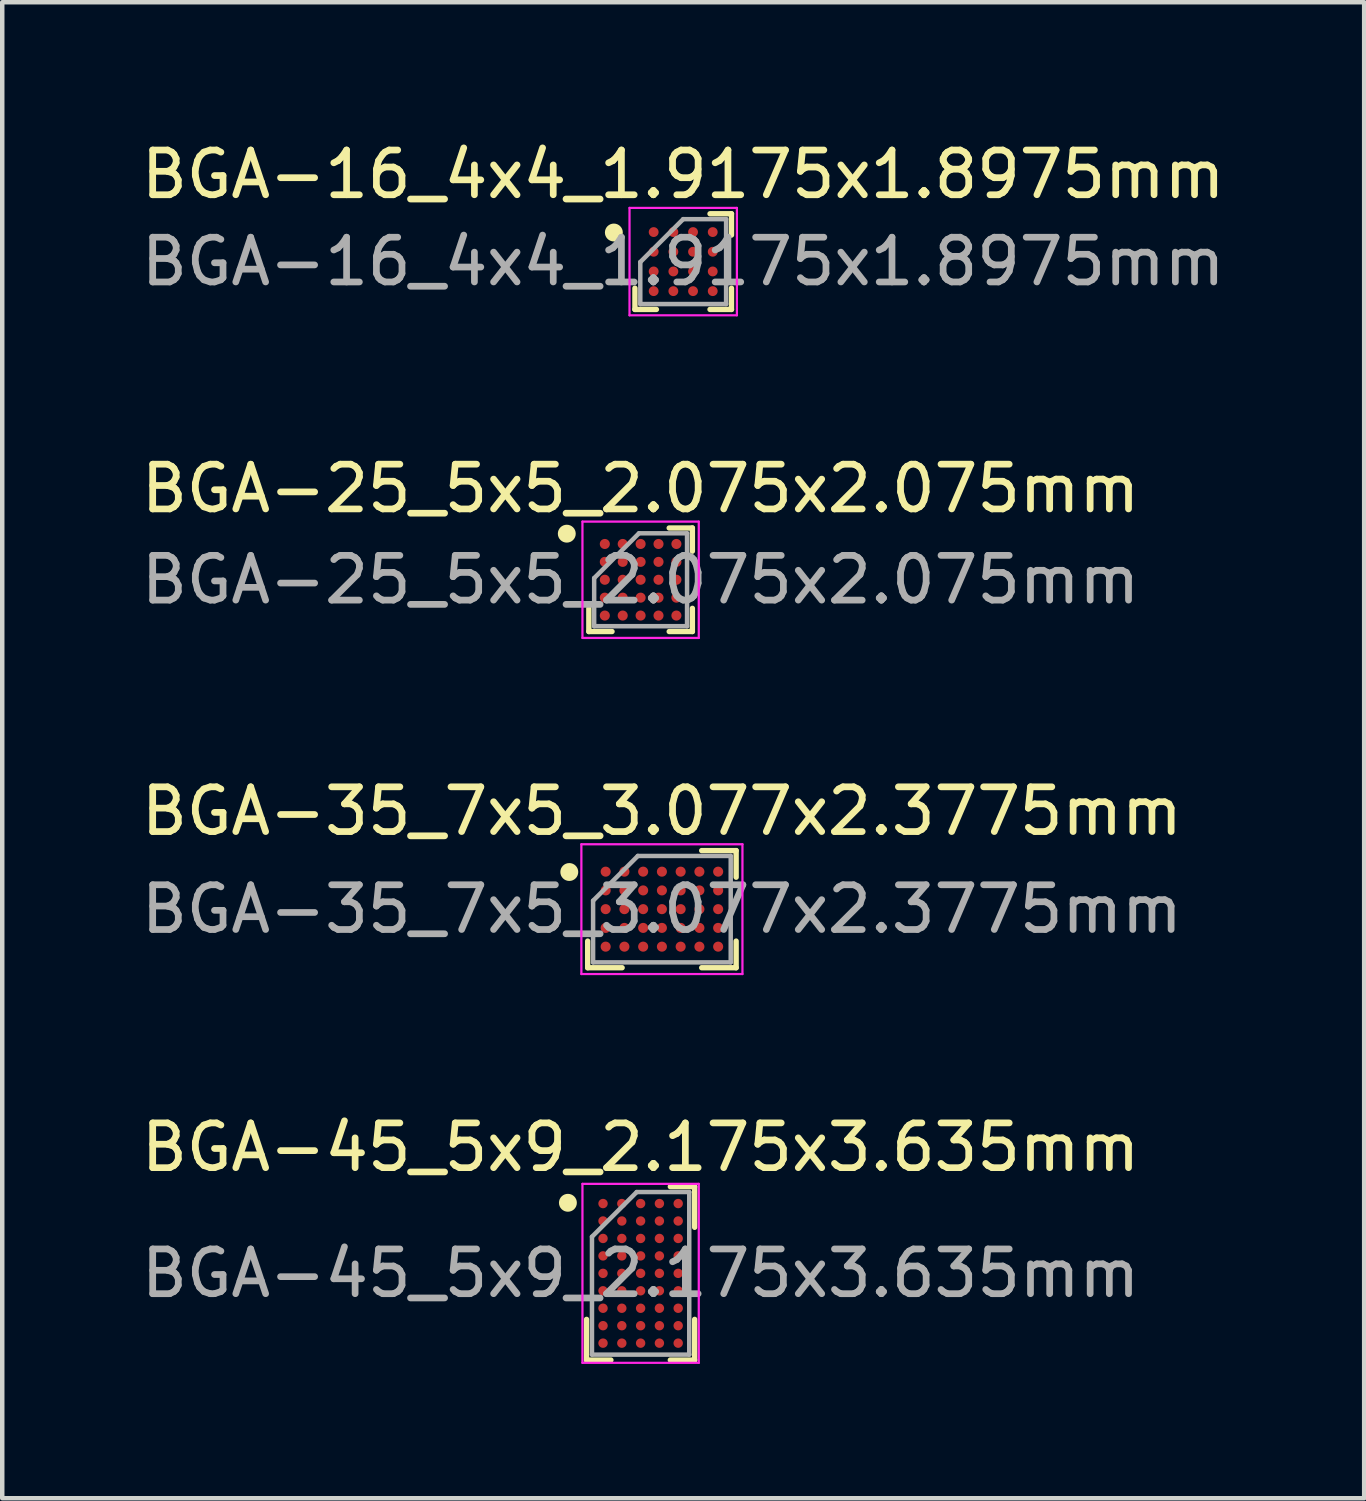
<source format=kicad_pcb>
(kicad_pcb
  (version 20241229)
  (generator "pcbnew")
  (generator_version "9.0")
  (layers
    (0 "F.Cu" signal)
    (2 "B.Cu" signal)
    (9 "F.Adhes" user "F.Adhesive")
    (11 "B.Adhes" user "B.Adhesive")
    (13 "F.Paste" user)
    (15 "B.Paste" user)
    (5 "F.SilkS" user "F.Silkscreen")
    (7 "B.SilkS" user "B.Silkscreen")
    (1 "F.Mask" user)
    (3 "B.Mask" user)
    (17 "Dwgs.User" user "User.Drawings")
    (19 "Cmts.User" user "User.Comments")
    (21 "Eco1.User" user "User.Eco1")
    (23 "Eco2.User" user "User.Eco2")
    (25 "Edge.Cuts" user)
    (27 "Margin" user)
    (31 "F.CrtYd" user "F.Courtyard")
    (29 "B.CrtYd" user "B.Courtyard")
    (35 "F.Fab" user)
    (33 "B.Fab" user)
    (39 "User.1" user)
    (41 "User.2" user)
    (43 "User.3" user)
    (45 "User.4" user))
  (footprint "BGA-25_5x5_2.075x2.075mm"
    (layer "F.Cu")
    (at 11.268 9.908)
    (property "Reference" "BGA-25_5x5_2.075x2.075mm" (at 0 -2.038 0) (layer "F.SilkS") (effects (font (size 1 1) (thickness 0.15))))
    (attr smd)
    (fp_line (start -1.157 1.157) (end -1.157 0.639) (stroke (width 0.12) (type default)) (layer "F.SilkS"))
    (fp_line (start -0.639 1.157) (end -1.157 1.157) (stroke (width 0.12) (type default)) (layer "F.SilkS"))
    (fp_line (start 0.639 -1.157) (end 1.157 -1.157) (stroke (width 0.12) (type default)) (layer "F.SilkS"))
    (fp_line (start 0.639 1.157) (end 1.157 1.157) (stroke (width 0.12) (type default)) (layer "F.SilkS"))
    (fp_line (start 1.157 -1.157) (end 1.157 -0.639) (stroke (width 0.12) (type default)) (layer "F.SilkS"))
    (fp_line (start 1.157 1.157) (end 1.157 0.639) (stroke (width 0.12) (type default)) (layer "F.SilkS"))
    (fp_circle (center -1.65 -1.03) (end -1.65 -0.93) (stroke (width 0.2) (type default)) (fill no) (layer "F.SilkS"))
    (fp_line (start -1.3 -1.3) (end 1.3 -1.3) (stroke (width 0.05) (type default)) (layer "F.CrtYd"))
    (fp_line (start -1.3 1.3) (end -1.3 -1.3) (stroke (width 0.05) (type default)) (layer "F.CrtYd"))
    (fp_line (start 1.3 -1.3) (end 1.3 1.3) (stroke (width 0.05) (type default)) (layer "F.CrtYd"))
    (fp_line (start 1.3 1.3) (end -1.3 1.3) (stroke (width 0.05) (type default)) (layer "F.CrtYd"))
    (fp_line (start -1.038 -0.037) (end -1.038 1.038) (stroke (width 0.1) (type default)) (layer "F.Fab"))
    (fp_line (start -1.038 1.038) (end 1.038 1.038) (stroke (width 0.1) (type default)) (layer "F.Fab"))
    (fp_line (start -0.037 -1.038) (end -1.038 -0.037) (stroke (width 0.1) (type default)) (layer "F.Fab"))
    (fp_line (start 1.038 -1.038) (end -0.037 -1.038) (stroke (width 0.1) (type default)) (layer "F.Fab"))
    (fp_line (start 1.038 1.038) (end 1.038 -1.038) (stroke (width 0.1) (type default)) (layer "F.Fab"))
    (fp_text user "${REFERENCE}" (at 0 0 0) (layer "F.Fab") (effects (font (size 1 1) (thickness 0.15))))
    (pad "A1" smd circle (at -0.8 -0.8) (size 0.225 0.225) (layers "F.Cu" "F.Mask" "F.Paste"))
    (pad "A2" smd circle (at -0.4 -0.8) (size 0.225 0.225) (layers "F.Cu" "F.Mask" "F.Paste"))
    (pad "A3" smd circle (at 0 -0.8) (size 0.225 0.225) (layers "F.Cu" "F.Mask" "F.Paste"))
    (pad "A4" smd circle (at 0.4 -0.8) (size 0.225 0.225) (layers "F.Cu" "F.Mask" "F.Paste"))
    (pad "A5" smd circle (at 0.8 -0.8) (size 0.225 0.225) (layers "F.Cu" "F.Mask" "F.Paste"))
    (pad "B1" smd circle (at -0.8 -0.4) (size 0.225 0.225) (layers "F.Cu" "F.Mask" "F.Paste"))
    (pad "B2" smd circle (at -0.4 -0.4) (size 0.225 0.225) (layers "F.Cu" "F.Mask" "F.Paste"))
    (pad "B3" smd circle (at 0 -0.4) (size 0.225 0.225) (layers "F.Cu" "F.Mask" "F.Paste"))
    (pad "B4" smd circle (at 0.4 -0.4) (size 0.225 0.225) (layers "F.Cu" "F.Mask" "F.Paste"))
    (pad "B5" smd circle (at 0.8 -0.4) (size 0.225 0.225) (layers "F.Cu" "F.Mask" "F.Paste"))
    (pad "C1" smd circle (at -0.8 0) (size 0.225 0.225) (layers "F.Cu" "F.Mask" "F.Paste"))
    (pad "C2" smd circle (at -0.4 0) (size 0.225 0.225) (layers "F.Cu" "F.Mask" "F.Paste"))
    (pad "C3" smd circle (at 0 0) (size 0.225 0.225) (layers "F.Cu" "F.Mask" "F.Paste"))
    (pad "C4" smd circle (at 0.4 0) (size 0.225 0.225) (layers "F.Cu" "F.Mask" "F.Paste"))
    (pad "C5" smd circle (at 0.8 0) (size 0.225 0.225) (layers "F.Cu" "F.Mask" "F.Paste"))
    (pad "D1" smd circle (at -0.8 0.4) (size 0.225 0.225) (layers "F.Cu" "F.Mask" "F.Paste"))
    (pad "D2" smd circle (at -0.4 0.4) (size 0.225 0.225) (layers "F.Cu" "F.Mask" "F.Paste"))
    (pad "D3" smd circle (at 0 0.4) (size 0.225 0.225) (layers "F.Cu" "F.Mask" "F.Paste"))
    (pad "D4" smd circle (at 0.4 0.4) (size 0.225 0.225) (layers "F.Cu" "F.Mask" "F.Paste"))
    (pad "D5" smd circle (at 0.8 0.4) (size 0.225 0.225) (layers "F.Cu" "F.Mask" "F.Paste"))
    (pad "E1" smd circle (at -0.8 0.8) (size 0.225 0.225) (layers "F.Cu" "F.Mask" "F.Paste"))
    (pad "E2" smd circle (at -0.4 0.8) (size 0.225 0.225) (layers "F.Cu" "F.Mask" "F.Paste"))
    (pad "E3" smd circle (at 0 0.8) (size 0.225 0.225) (layers "F.Cu" "F.Mask" "F.Paste"))
    (pad "E4" smd circle (at 0.4 0.8) (size 0.225 0.225) (layers "F.Cu" "F.Mask" "F.Paste"))
    (pad "E5" smd circle (at 0.8 0.8) (size 0.225 0.225) (layers "F.Cu" "F.Mask" "F.Paste")))
  (footprint "BGA-35_7x5_3.077x2.3775mm"
    (layer "F.Cu")
    (at 11.744 17.27)
    (property "Reference" "BGA-35_7x5_3.077x2.3775mm" (at 0 -2.189 0) (layer "F.SilkS") (effects (font (size 1 1) (thickness 0.15))))
    (attr smd)
    (fp_line (start -1.659 1.309) (end -1.659 0.714) (stroke (width 0.12) (type default)) (layer "F.SilkS"))
    (fp_line (start -0.889 1.309) (end -1.659 1.309) (stroke (width 0.12) (type default)) (layer "F.SilkS"))
    (fp_line (start 0.889 -1.309) (end 1.659 -1.309) (stroke (width 0.12) (type default)) (layer "F.SilkS"))
    (fp_line (start 0.889 1.309) (end 1.659 1.309) (stroke (width 0.12) (type default)) (layer "F.SilkS"))
    (fp_line (start 1.659 -1.309) (end 1.659 -0.714) (stroke (width 0.12) (type default)) (layer "F.SilkS"))
    (fp_line (start 1.659 1.309) (end 1.659 0.714) (stroke (width 0.12) (type default)) (layer "F.SilkS"))
    (fp_circle (center -2.07 -0.83) (end -2.07 -0.73) (stroke (width 0.2) (type default)) (fill no) (layer "F.SilkS"))
    (fp_line (start -1.8 -1.45) (end 1.8 -1.45) (stroke (width 0.05) (type default)) (layer "F.CrtYd"))
    (fp_line (start -1.8 1.45) (end -1.8 -1.45) (stroke (width 0.05) (type default)) (layer "F.CrtYd"))
    (fp_line (start 1.8 -1.45) (end 1.8 1.45) (stroke (width 0.05) (type default)) (layer "F.CrtYd"))
    (fp_line (start 1.8 1.45) (end -1.8 1.45) (stroke (width 0.05) (type default)) (layer "F.CrtYd"))
    (fp_line (start -1.538 -0.189) (end -1.538 1.189) (stroke (width 0.1) (type default)) (layer "F.Fab"))
    (fp_line (start -1.538 1.189) (end 1.538 1.189) (stroke (width 0.1) (type default)) (layer "F.Fab"))
    (fp_line (start -0.538 -1.189) (end -1.538 -0.189) (stroke (width 0.1) (type default)) (layer "F.Fab"))
    (fp_line (start 1.538 -1.189) (end -0.538 -1.189) (stroke (width 0.1) (type default)) (layer "F.Fab"))
    (fp_line (start 1.538 1.189) (end 1.538 -1.189) (stroke (width 0.1) (type default)) (layer "F.Fab"))
    (fp_text user "${REFERENCE}" (at 0 0 0) (layer "F.Fab") (effects (font (size 1 1) (thickness 0.15))))
    (pad "A1" smd circle (at -1.257 -0.838) (size 0.225 0.225) (layers "F.Cu" "F.Mask" "F.Paste"))
    (pad "A2" smd circle (at -0.838 -0.838) (size 0.225 0.225) (layers "F.Cu" "F.Mask" "F.Paste"))
    (pad "A3" smd circle (at -0.419 -0.838) (size 0.225 0.225) (layers "F.Cu" "F.Mask" "F.Paste"))
    (pad "A4" smd circle (at 0 -0.838) (size 0.225 0.225) (layers "F.Cu" "F.Mask" "F.Paste"))
    (pad "A5" smd circle (at 0.419 -0.838) (size 0.225 0.225) (layers "F.Cu" "F.Mask" "F.Paste"))
    (pad "A6" smd circle (at 0.838 -0.838) (size 0.225 0.225) (layers "F.Cu" "F.Mask" "F.Paste"))
    (pad "A7" smd circle (at 1.257 -0.838) (size 0.225 0.225) (layers "F.Cu" "F.Mask" "F.Paste"))
    (pad "B1" smd circle (at -1.257 -0.419) (size 0.225 0.225) (layers "F.Cu" "F.Mask" "F.Paste"))
    (pad "B2" smd circle (at -0.838 -0.419) (size 0.225 0.225) (layers "F.Cu" "F.Mask" "F.Paste"))
    (pad "B3" smd circle (at -0.419 -0.419) (size 0.225 0.225) (layers "F.Cu" "F.Mask" "F.Paste"))
    (pad "B4" smd circle (at 0 -0.419) (size 0.225 0.225) (layers "F.Cu" "F.Mask" "F.Paste"))
    (pad "B5" smd circle (at 0.419 -0.419) (size 0.225 0.225) (layers "F.Cu" "F.Mask" "F.Paste"))
    (pad "B6" smd circle (at 0.838 -0.419) (size 0.225 0.225) (layers "F.Cu" "F.Mask" "F.Paste"))
    (pad "B7" smd circle (at 1.257 -0.419) (size 0.225 0.225) (layers "F.Cu" "F.Mask" "F.Paste"))
    (pad "C1" smd circle (at -1.257 0) (size 0.225 0.225) (layers "F.Cu" "F.Mask" "F.Paste"))
    (pad "C2" smd circle (at -0.838 0) (size 0.225 0.225) (layers "F.Cu" "F.Mask" "F.Paste"))
    (pad "C3" smd circle (at -0.419 0) (size 0.225 0.225) (layers "F.Cu" "F.Mask" "F.Paste"))
    (pad "C4" smd circle (at 0 0) (size 0.225 0.225) (layers "F.Cu" "F.Mask" "F.Paste"))
    (pad "C5" smd circle (at 0.419 0) (size 0.225 0.225) (layers "F.Cu" "F.Mask" "F.Paste"))
    (pad "C6" smd circle (at 0.838 0) (size 0.225 0.225) (layers "F.Cu" "F.Mask" "F.Paste"))
    (pad "C7" smd circle (at 1.257 0) (size 0.225 0.225) (layers "F.Cu" "F.Mask" "F.Paste"))
    (pad "D1" smd circle (at -1.257 0.419) (size 0.225 0.225) (layers "F.Cu" "F.Mask" "F.Paste"))
    (pad "D2" smd circle (at -0.838 0.419) (size 0.225 0.225) (layers "F.Cu" "F.Mask" "F.Paste"))
    (pad "D3" smd circle (at -0.419 0.419) (size 0.225 0.225) (layers "F.Cu" "F.Mask" "F.Paste"))
    (pad "D4" smd circle (at 0 0.419) (size 0.225 0.225) (layers "F.Cu" "F.Mask" "F.Paste"))
    (pad "D5" smd circle (at 0.419 0.419) (size 0.225 0.225) (layers "F.Cu" "F.Mask" "F.Paste"))
    (pad "D6" smd circle (at 0.838 0.419) (size 0.225 0.225) (layers "F.Cu" "F.Mask" "F.Paste"))
    (pad "D7" smd circle (at 1.257 0.419) (size 0.225 0.225) (layers "F.Cu" "F.Mask" "F.Paste"))
    (pad "E1" smd circle (at -1.257 0.838) (size 0.225 0.225) (layers "F.Cu" "F.Mask" "F.Paste"))
    (pad "E2" smd circle (at -0.838 0.838) (size 0.225 0.225) (layers "F.Cu" "F.Mask" "F.Paste"))
    (pad "E3" smd circle (at -0.419 0.838) (size 0.225 0.225) (layers "F.Cu" "F.Mask" "F.Paste"))
    (pad "E4" smd circle (at 0 0.838) (size 0.225 0.225) (layers "F.Cu" "F.Mask" "F.Paste"))
    (pad "E5" smd circle (at 0.419 0.838) (size 0.225 0.225) (layers "F.Cu" "F.Mask" "F.Paste"))
    (pad "E6" smd circle (at 0.838 0.838) (size 0.225 0.225) (layers "F.Cu" "F.Mask" "F.Paste"))
    (pad "E7" smd circle (at 1.257 0.838) (size 0.225 0.225) (layers "F.Cu" "F.Mask" "F.Paste")))
  (footprint "BGA-16_4x4_1.9175x1.8975mm"
    (layer "F.Cu")
    (at 12.22 2.797)
    (property "Reference" "BGA-16_4x4_1.9175x1.8975mm" (at 0 -1.949 0) (layer "F.SilkS") (effects (font (size 1 1) (thickness 0.15))))
    (attr smd)
    (fp_line (start -1.079 1.069) (end -1.079 0.594) (stroke (width 0.12) (type default)) (layer "F.SilkS"))
    (fp_line (start -0.599 1.069) (end -1.079 1.069) (stroke (width 0.12) (type default)) (layer "F.SilkS"))
    (fp_line (start 0.599 -1.069) (end 1.079 -1.069) (stroke (width 0.12) (type default)) (layer "F.SilkS"))
    (fp_line (start 0.599 1.069) (end 1.079 1.069) (stroke (width 0.12) (type default)) (layer "F.SilkS"))
    (fp_line (start 1.079 -1.069) (end 1.079 -0.594) (stroke (width 0.12) (type default)) (layer "F.SilkS"))
    (fp_line (start 1.079 1.069) (end 1.079 0.594) (stroke (width 0.12) (type default)) (layer "F.SilkS"))
    (fp_circle (center -1.55 -0.65) (end -1.55 -0.55) (stroke (width 0.2) (type default)) (fill no) (layer "F.SilkS"))
    (fp_line (start -1.2 -1.2) (end 1.2 -1.2) (stroke (width 0.05) (type default)) (layer "F.CrtYd"))
    (fp_line (start -1.2 1.2) (end -1.2 -1.2) (stroke (width 0.05) (type default)) (layer "F.CrtYd"))
    (fp_line (start 1.2 -1.2) (end 1.2 1.2) (stroke (width 0.05) (type default)) (layer "F.CrtYd"))
    (fp_line (start 1.2 1.2) (end -1.2 1.2) (stroke (width 0.05) (type default)) (layer "F.CrtYd"))
    (fp_line (start -0.959 0.01) (end -0.959 0.949) (stroke (width 0.1) (type default)) (layer "F.Fab"))
    (fp_line (start -0.959 0.949) (end 0.959 0.949) (stroke (width 0.1) (type default)) (layer "F.Fab"))
    (fp_line (start 0 -0.949) (end -0.959 0.01) (stroke (width 0.1) (type default)) (layer "F.Fab"))
    (fp_line (start 0.959 -0.949) (end 0 -0.949) (stroke (width 0.1) (type default)) (layer "F.Fab"))
    (fp_line (start 0.959 0.949) (end 0.959 -0.949) (stroke (width 0.1) (type default)) (layer "F.Fab"))
    (fp_text user "${REFERENCE}" (at 0 0 0) (layer "F.Fab") (effects (font (size 1 1) (thickness 0.15))))
    (pad "A1" smd circle (at -0.66 -0.66) (size 0.22 0.22) (layers "F.Cu" "F.Mask" "F.Paste"))
    (pad "A2" smd circle (at -0.22 -0.66) (size 0.22 0.22) (layers "F.Cu" "F.Mask" "F.Paste"))
    (pad "A3" smd circle (at 0.22 -0.66) (size 0.22 0.22) (layers "F.Cu" "F.Mask" "F.Paste"))
    (pad "A4" smd circle (at 0.66 -0.66) (size 0.22 0.22) (layers "F.Cu" "F.Mask" "F.Paste"))
    (pad "B1" smd circle (at -0.66 -0.22) (size 0.22 0.22) (layers "F.Cu" "F.Mask" "F.Paste"))
    (pad "B2" smd circle (at -0.22 -0.22) (size 0.22 0.22) (layers "F.Cu" "F.Mask" "F.Paste"))
    (pad "B3" smd circle (at 0.22 -0.22) (size 0.22 0.22) (layers "F.Cu" "F.Mask" "F.Paste"))
    (pad "B4" smd circle (at 0.66 -0.22) (size 0.22 0.22) (layers "F.Cu" "F.Mask" "F.Paste"))
    (pad "C1" smd circle (at -0.66 0.22) (size 0.22 0.22) (layers "F.Cu" "F.Mask" "F.Paste"))
    (pad "C2" smd circle (at -0.22 0.22) (size 0.22 0.22) (layers "F.Cu" "F.Mask" "F.Paste"))
    (pad "C3" smd circle (at 0.22 0.22) (size 0.22 0.22) (layers "F.Cu" "F.Mask" "F.Paste"))
    (pad "C4" smd circle (at 0.66 0.22) (size 0.22 0.22) (layers "F.Cu" "F.Mask" "F.Paste"))
    (pad "D1" smd circle (at -0.66 0.66) (size 0.22 0.22) (layers "F.Cu" "F.Mask" "F.Paste"))
    (pad "D2" smd circle (at -0.22 0.66) (size 0.22 0.22) (layers "F.Cu" "F.Mask" "F.Paste"))
    (pad "D3" smd circle (at 0.22 0.66) (size 0.22 0.22) (layers "F.Cu" "F.Mask" "F.Paste"))
    (pad "D4" smd circle (at 0.66 0.66) (size 0.22 0.22) (layers "F.Cu" "F.Mask" "F.Paste")))
  (footprint "BGA-45_5x9_2.175x3.635mm"
    (layer "F.Cu")
    (at 11.268 25.41)
    (property "Reference" "BGA-45_5x9_2.175x3.635mm" (at 0 -2.817 0) (layer "F.SilkS") (effects (font (size 1 1) (thickness 0.15))))
    (attr smd)
    (fp_line (start -1.208 1.938) (end -1.208 1.029) (stroke (width 0.12) (type default)) (layer "F.SilkS"))
    (fp_line (start -0.664 1.938) (end -1.208 1.938) (stroke (width 0.12) (type default)) (layer "F.SilkS"))
    (fp_line (start 0.664 -1.938) (end 1.208 -1.938) (stroke (width 0.12) (type default)) (layer "F.SilkS"))
    (fp_line (start 0.664 1.938) (end 1.208 1.938) (stroke (width 0.12) (type default)) (layer "F.SilkS"))
    (fp_line (start 1.208 -1.938) (end 1.208 -1.029) (stroke (width 0.12) (type default)) (layer "F.SilkS"))
    (fp_line (start 1.208 1.938) (end 1.208 1.029) (stroke (width 0.12) (type default)) (layer "F.SilkS"))
    (fp_circle (center -1.625 -1.577) (end -1.625 -1.477) (stroke (width 0.2) (type default)) (fill no) (layer "F.SilkS"))
    (fp_line (start -1.3 -2) (end 1.3 -2) (stroke (width 0.05) (type default)) (layer "F.CrtYd"))
    (fp_line (start -1.3 2) (end -1.3 -2) (stroke (width 0.05) (type default)) (layer "F.CrtYd"))
    (fp_line (start 1.3 -2) (end 1.3 2) (stroke (width 0.05) (type default)) (layer "F.CrtYd"))
    (fp_line (start 1.3 2) (end -1.3 2) (stroke (width 0.05) (type default)) (layer "F.CrtYd"))
    (fp_line (start -1.087 -0.818) (end -1.087 1.817) (stroke (width 0.1) (type default)) (layer "F.Fab"))
    (fp_line (start -1.087 1.817) (end 1.087 1.817) (stroke (width 0.1) (type default)) (layer "F.Fab"))
    (fp_line (start -0.087 -1.817) (end -1.087 -0.818) (stroke (width 0.1) (type default)) (layer "F.Fab"))
    (fp_line (start 1.087 -1.817) (end -0.087 -1.817) (stroke (width 0.1) (type default)) (layer "F.Fab"))
    (fp_line (start 1.087 1.817) (end 1.087 -1.817) (stroke (width 0.1) (type default)) (layer "F.Fab"))
    (fp_text user "${REFERENCE}" (at 0 0 0) (layer "F.Fab") (effects (font (size 1 1) (thickness 0.15))))
    (pad "13" smd circle (at 0 1.56) (size 0.21 0.21) (layers "F.Cu" "F.Mask" "F.Paste"))
    (pad "14" smd circle (at -0.42 1.56) (size 0.21 0.21) (layers "F.Cu" "F.Mask" "F.Paste"))
    (pad "14" smd circle (at 0.42 1.56) (size 0.21 0.21) (layers "F.Cu" "F.Mask" "F.Paste"))
    (pad "15" smd circle (at -0.84 1.56) (size 0.21 0.21) (layers "F.Cu" "F.Mask" "F.Paste"))
    (pad "15" smd circle (at 0.84 1.56) (size 0.21 0.21) (layers "F.Cu" "F.Mask" "F.Paste"))
    (pad "A1" smd circle (at -0.84 -1.56) (size 0.21 0.21) (layers "F.Cu" "F.Mask" "F.Paste"))
    (pad "A2" smd circle (at -0.42 -1.56) (size 0.21 0.21) (layers "F.Cu" "F.Mask" "F.Paste"))
    (pad "A3" smd circle (at 0 -1.56) (size 0.21 0.21) (layers "F.Cu" "F.Mask" "F.Paste"))
    (pad "A4" smd circle (at 0.42 -1.56) (size 0.21 0.21) (layers "F.Cu" "F.Mask" "F.Paste"))
    (pad "A5" smd circle (at 0.84 -1.56) (size 0.21 0.21) (layers "F.Cu" "F.Mask" "F.Paste"))
    (pad "B1" smd circle (at -0.84 -1.17) (size 0.21 0.21) (layers "F.Cu" "F.Mask" "F.Paste"))
    (pad "B2" smd circle (at -0.42 -1.17) (size 0.21 0.21) (layers "F.Cu" "F.Mask" "F.Paste"))
    (pad "B3" smd circle (at 0 -1.17) (size 0.21 0.21) (layers "F.Cu" "F.Mask" "F.Paste"))
    (pad "B4" smd circle (at 0.42 -1.17) (size 0.21 0.21) (layers "F.Cu" "F.Mask" "F.Paste"))
    (pad "B5" smd circle (at 0.84 -1.17) (size 0.21 0.21) (layers "F.Cu" "F.Mask" "F.Paste"))
    (pad "C1" smd circle (at -0.84 -0.78) (size 0.21 0.21) (layers "F.Cu" "F.Mask" "F.Paste"))
    (pad "C2" smd circle (at -0.42 -0.78) (size 0.21 0.21) (layers "F.Cu" "F.Mask" "F.Paste"))
    (pad "C3" smd circle (at 0 -0.78) (size 0.21 0.21) (layers "F.Cu" "F.Mask" "F.Paste"))
    (pad "C4" smd circle (at 0.42 -0.78) (size 0.21 0.21) (layers "F.Cu" "F.Mask" "F.Paste"))
    (pad "C5" smd circle (at 0.84 -0.78) (size 0.21 0.21) (layers "F.Cu" "F.Mask" "F.Paste"))
    (pad "D1" smd circle (at -0.84 -0.39) (size 0.21 0.21) (layers "F.Cu" "F.Mask" "F.Paste"))
    (pad "D2" smd circle (at -0.42 -0.39) (size 0.21 0.21) (layers "F.Cu" "F.Mask" "F.Paste"))
    (pad "D3" smd circle (at 0 -0.39) (size 0.21 0.21) (layers "F.Cu" "F.Mask" "F.Paste"))
    (pad "D4" smd circle (at 0.42 -0.39) (size 0.21 0.21) (layers "F.Cu" "F.Mask" "F.Paste"))
    (pad "D5" smd circle (at 0.84 -0.39) (size 0.21 0.21) (layers "F.Cu" "F.Mask" "F.Paste"))
    (pad "E1" smd circle (at -0.84 0) (size 0.21 0.21) (layers "F.Cu" "F.Mask" "F.Paste"))
    (pad "E2" smd circle (at -0.42 0) (size 0.21 0.21) (layers "F.Cu" "F.Mask" "F.Paste"))
    (pad "E3" smd circle (at 0 0) (size 0.21 0.21) (layers "F.Cu" "F.Mask" "F.Paste"))
    (pad "E4" smd circle (at 0.42 0) (size 0.21 0.21) (layers "F.Cu" "F.Mask" "F.Paste"))
    (pad "E5" smd circle (at 0.84 0) (size 0.21 0.21) (layers "F.Cu" "F.Mask" "F.Paste"))
    (pad "F1" smd circle (at -0.84 0.39) (size 0.21 0.21) (layers "F.Cu" "F.Mask" "F.Paste"))
    (pad "F2" smd circle (at -0.42 0.39) (size 0.21 0.21) (layers "F.Cu" "F.Mask" "F.Paste"))
    (pad "F3" smd circle (at 0 0.39) (size 0.21 0.21) (layers "F.Cu" "F.Mask" "F.Paste"))
    (pad "F4" smd circle (at 0.42 0.39) (size 0.21 0.21) (layers "F.Cu" "F.Mask" "F.Paste"))
    (pad "F5" smd circle (at 0.84 0.39) (size 0.21 0.21) (layers "F.Cu" "F.Mask" "F.Paste"))
    (pad "G1" smd circle (at -0.84 0.78) (size 0.21 0.21) (layers "F.Cu" "F.Mask" "F.Paste"))
    (pad "G2" smd circle (at -0.42 0.78) (size 0.21 0.21) (layers "F.Cu" "F.Mask" "F.Paste"))
    (pad "G3" smd circle (at 0 0.78) (size 0.21 0.21) (layers "F.Cu" "F.Mask" "F.Paste"))
    (pad "G4" smd circle (at 0.42 0.78) (size 0.21 0.21) (layers "F.Cu" "F.Mask" "F.Paste"))
    (pad "G5" smd circle (at 0.84 0.78) (size 0.21 0.21) (layers "F.Cu" "F.Mask" "F.Paste"))
    (pad "H1" smd circle (at -0.84 1.17) (size 0.21 0.21) (layers "F.Cu" "F.Mask" "F.Paste"))
    (pad "H2" smd circle (at -0.42 1.17) (size 0.21 0.21) (layers "F.Cu" "F.Mask" "F.Paste"))
    (pad "H3" smd circle (at 0 1.17) (size 0.21 0.21) (layers "F.Cu" "F.Mask" "F.Paste"))
    (pad "H4" smd circle (at 0.42 1.17) (size 0.21 0.21) (layers "F.Cu" "F.Mask" "F.Paste"))
    (pad "H5" smd circle (at 0.84 1.17) (size 0.21 0.21) (layers "F.Cu" "F.Mask" "F.Paste")))
  (gr_rect
    (start -3 -3)
    (end 27.44 30.436)
    (stroke (width 0.1) (type default))
    (fill no)
    (layer "Edge.Cuts")))
</source>
